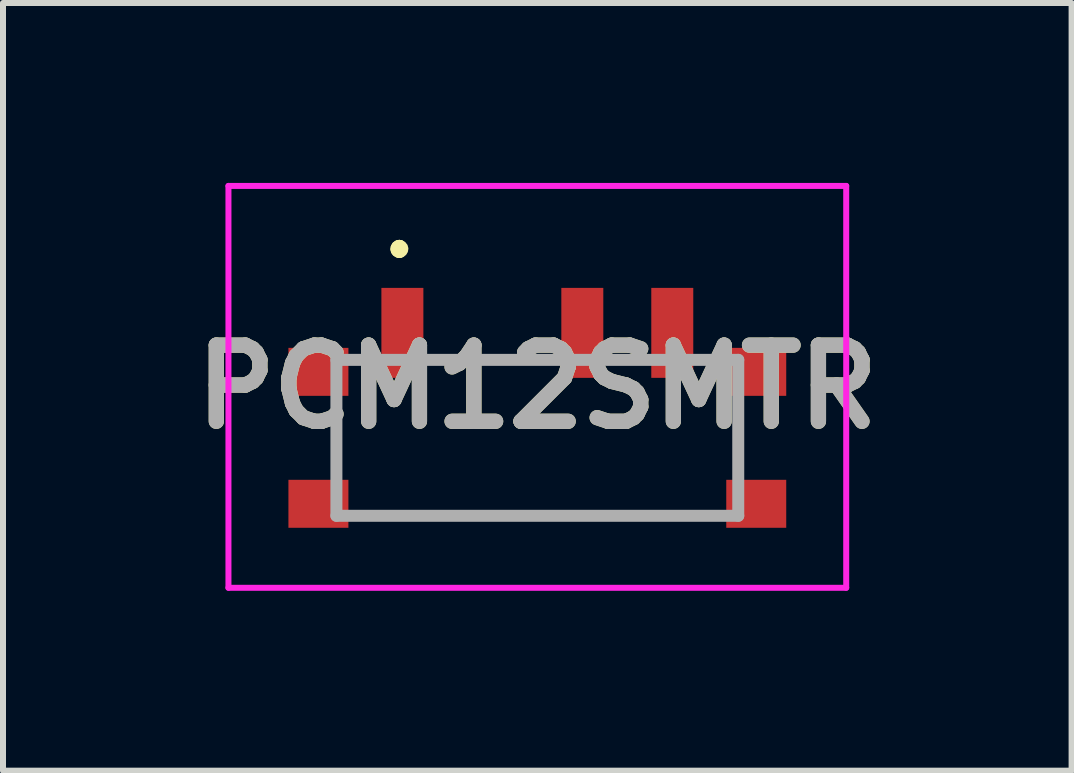
<source format=kicad_pcb>
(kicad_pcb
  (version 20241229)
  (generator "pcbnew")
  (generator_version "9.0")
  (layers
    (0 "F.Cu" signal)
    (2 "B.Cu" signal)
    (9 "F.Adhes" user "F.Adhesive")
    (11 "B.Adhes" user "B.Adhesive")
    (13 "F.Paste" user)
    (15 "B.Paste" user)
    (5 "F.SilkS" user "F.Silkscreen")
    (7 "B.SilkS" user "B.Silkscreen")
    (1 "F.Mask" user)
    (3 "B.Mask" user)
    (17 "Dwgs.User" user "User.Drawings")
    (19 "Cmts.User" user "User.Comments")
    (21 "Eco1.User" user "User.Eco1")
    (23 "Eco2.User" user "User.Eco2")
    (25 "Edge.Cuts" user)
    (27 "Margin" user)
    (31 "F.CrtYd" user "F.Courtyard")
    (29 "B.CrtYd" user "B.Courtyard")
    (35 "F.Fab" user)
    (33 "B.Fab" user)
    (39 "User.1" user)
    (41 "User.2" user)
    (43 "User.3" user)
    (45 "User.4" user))
  (footprint "PCM12SMTR"
    (layer "F.Cu")
    (at 5.909 4.25)
    (property "Reference" "PCM12SMTR" (at 0 -0.85 0) (layer "F.SilkS") (effects (font (size 1.27 1.27) (thickness 0.254))))
    (attr through_hole)
    (fp_line (start -2.9 1.3) (end 2.9 1.3) (stroke (width 0.1) (type solid)) (layer "F.SilkS"))
    (fp_line (start -2.3 -3.2) (end -2.3 -3.2) (stroke (width 0.2) (type solid)) (layer "F.SilkS"))
    (fp_line (start -2.3 -3.2) (end -2.3 -3.2) (stroke (width 0.2) (type solid)) (layer "F.SilkS"))
    (fp_line (start -2.3 -3.1) (end -2.3 -3.1) (stroke (width 0.2) (type solid)) (layer "F.SilkS"))
    (fp_arc (start -2.3 -3.2) (mid -2.25 -3.15) (end -2.3 -3.1) (stroke (width 0.2) (type solid)) (layer "F.SilkS"))
    (fp_arc (start -2.3 -3.1) (mid -2.35 -3.15) (end -2.3 -3.2) (stroke (width 0.2) (type solid)) (layer "F.SilkS"))
    (fp_arc (start -2.3 -3.1) (mid -2.35 -3.15) (end -2.3 -3.2) (stroke (width 0.2) (type solid)) (layer "F.SilkS"))
    (fp_line (start -5.15 -4.2) (end 5.15 -4.2) (stroke (width 0.1) (type solid)) (layer "F.CrtYd"))
    (fp_line (start -5.15 2.5) (end -5.15 -4.2) (stroke (width 0.1) (type solid)) (layer "F.CrtYd"))
    (fp_line (start 5.15 -4.2) (end 5.15 2.5) (stroke (width 0.1) (type solid)) (layer "F.CrtYd"))
    (fp_line (start 5.15 2.5) (end -5.15 2.5) (stroke (width 0.1) (type solid)) (layer "F.CrtYd"))
    (fp_line (start -3.35 -1.3) (end -3.35 1.3) (stroke (width 0.2) (type solid)) (layer "F.Fab"))
    (fp_line (start -3.35 1.3) (end 3.35 1.3) (stroke (width 0.2) (type solid)) (layer "F.Fab"))
    (fp_line (start 3.35 -1.3) (end -3.35 -1.3) (stroke (width 0.2) (type solid)) (layer "F.Fab"))
    (fp_line (start 3.35 1.3) (end 3.35 -1.3) (stroke (width 0.2) (type solid)) (layer "F.Fab"))
    (fp_text user "${REFERENCE}" (at 0 -0.85 0) (layer "F.Fab") (effects (font (size 1.27 1.27) (thickness 0.254))))
    (pad "" np_thru_hole circle (at -1.5 0) (size 0.001 0.001) (drill 0.9) (layers "*.Cu" "*.Mask"))
    (pad "" np_thru_hole circle (at 1.5 0) (size 0.001 0.001) (drill 0.9) (layers "*.Cu" "*.Mask"))
    (pad "1" smd rect (at -2.25 -1.75) (size 0.7 1.5) (layers "F.Cu" "F.Mask" "F.Paste"))
    (pad "2" smd rect (at 0.75 -1.75) (size 0.7 1.5) (layers "F.Cu" "F.Mask" "F.Paste"))
    (pad "3" smd rect (at 2.25 -1.75) (size 0.7 1.5) (layers "F.Cu" "F.Mask" "F.Paste"))
    (pad "MP1" smd rect (at -3.65 -1.1 90) (size 0.8 1) (layers "F.Cu" "F.Mask" "F.Paste"))
    (pad "MP2" smd rect (at -3.65 1.1 90) (size 0.8 1) (layers "F.Cu" "F.Mask" "F.Paste"))
    (pad "MP3" smd rect (at 3.65 1.1 90) (size 0.8 1) (layers "F.Cu" "F.Mask" "F.Paste"))
    (pad "MP4" smd rect (at 3.65 -1.1 90) (size 0.8 1) (layers "F.Cu" "F.Mask" "F.Paste")))
  (gr_rect
    (start -3 -3)
    (end 14.817 9.8)
    (stroke (width 0.1) (type default))
    (fill no)
    (layer "Edge.Cuts")))
</source>
